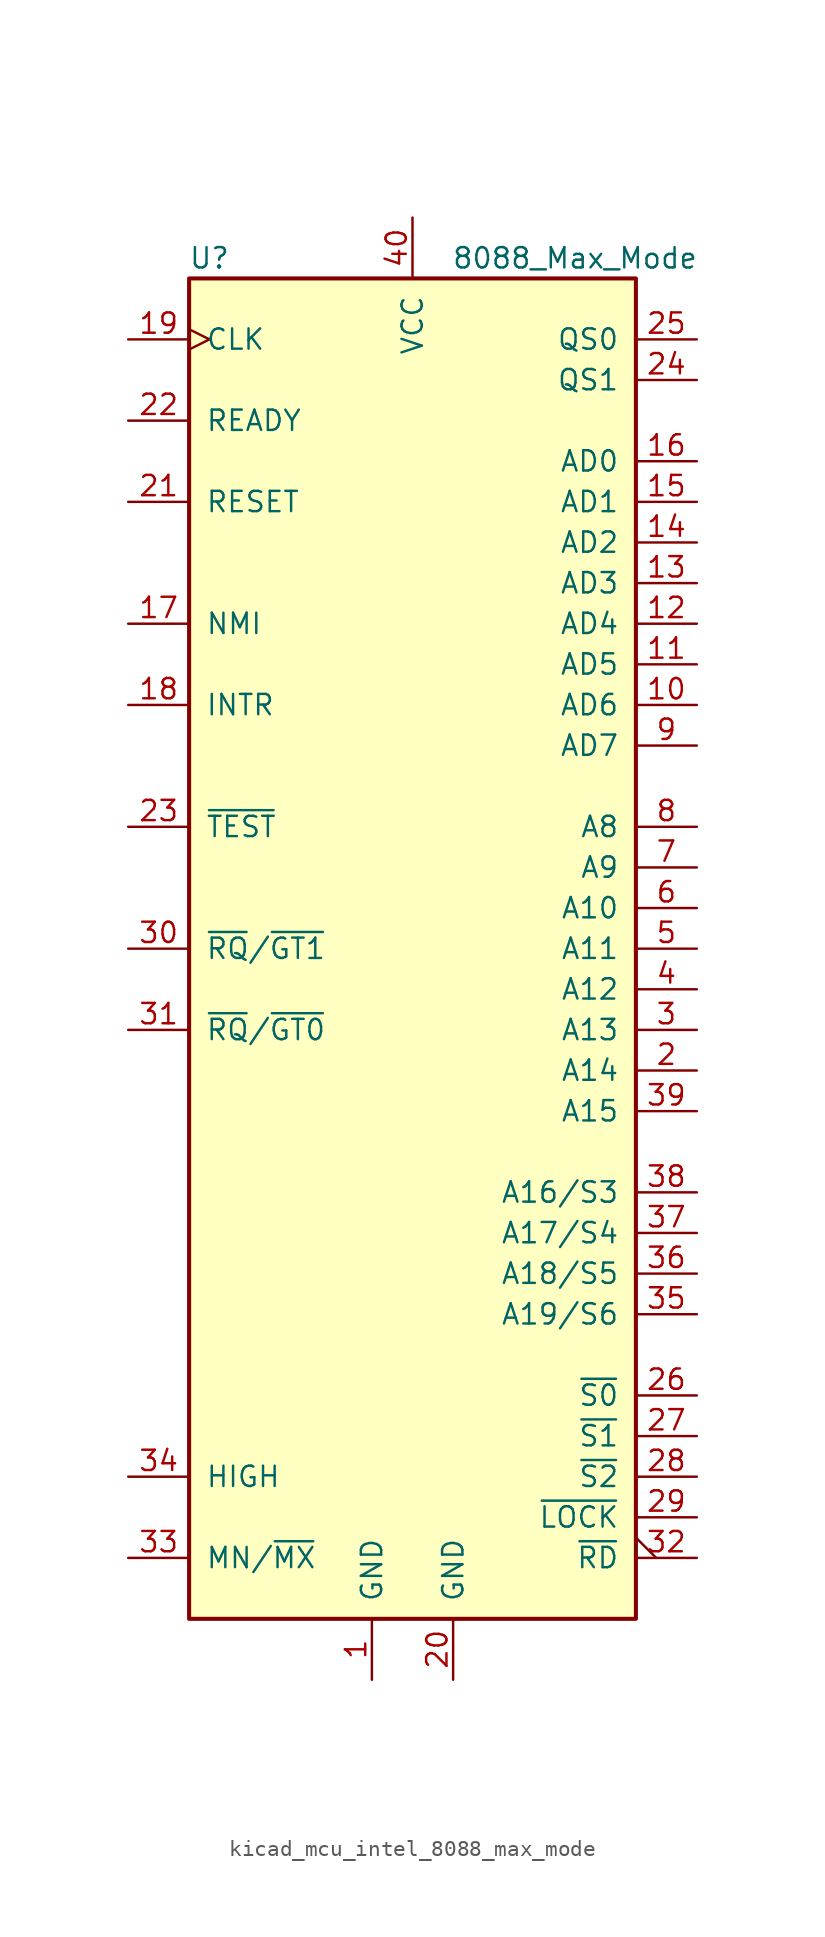
<source format=kicad_sym>
(kicad_symbol_lib
  (version 20220914)
  (generator kicad_symbol_editor)
  (symbol "kicad_mcu_intel_8088_max_mode"
    (pin_names
      (offset 1.016))
    (property "Reference" "U"
      (at -12.7 43.18 0)
      (effects (font (size 1.27 1.27))))
    (property "Value" "8088_Max_Mode"
      (at 10.16 43.18 0)
      (effects (font (size 1.27 1.27))))
    (symbol "kicad_mcu_intel_8088_max_mode_0_1"
      (rectangle (start 13.97 -41.91) (end -13.97 41.91) (stroke (width 0.254) (type default)) (fill (type background))))
    (symbol "kicad_mcu_intel_8088_max_mode_1_1"
      (pin power_in line (at -2.54 -45.72 90) (length 3.81) (name "GND" (effects (font (size 1.27 1.27)))) (number "1" (effects (font (size 1.27 1.27)))))
      (pin bidirectional line (at 17.78 15.24 180) (length 3.81) (name "AD6" (effects (font (size 1.27 1.27)))) (number "10" (effects (font (size 1.27 1.27)))))
      (pin bidirectional line (at 17.78 17.78 180) (length 3.81) (name "AD5" (effects (font (size 1.27 1.27)))) (number "11" (effects (font (size 1.27 1.27)))))
      (pin bidirectional line (at 17.78 20.32 180) (length 3.81) (name "AD4" (effects (font (size 1.27 1.27)))) (number "12" (effects (font (size 1.27 1.27)))))
      (pin bidirectional line (at 17.78 22.86 180) (length 3.81) (name "AD3" (effects (font (size 1.27 1.27)))) (number "13" (effects (font (size 1.27 1.27)))))
      (pin bidirectional line (at 17.78 25.4 180) (length 3.81) (name "AD2" (effects (font (size 1.27 1.27)))) (number "14" (effects (font (size 1.27 1.27)))))
      (pin bidirectional line (at 17.78 27.94 180) (length 3.81) (name "AD1" (effects (font (size 1.27 1.27)))) (number "15" (effects (font (size 1.27 1.27)))))
      (pin bidirectional line (at 17.78 30.48 180) (length 3.81) (name "AD0" (effects (font (size 1.27 1.27)))) (number "16" (effects (font (size 1.27 1.27)))))
      (pin input line (at -17.78 20.32 0) (length 3.81) (name "NMI" (effects (font (size 1.27 1.27)))) (number "17" (effects (font (size 1.27 1.27)))))
      (pin input line (at -17.78 15.24 0) (length 3.81) (name "INTR" (effects (font (size 1.27 1.27)))) (number "18" (effects (font (size 1.27 1.27)))))
      (pin input clock (at -17.78 38.1 0) (length 3.81) (name "CLK" (effects (font (size 1.27 1.27)))) (number "19" (effects (font (size 1.27 1.27)))))
      (pin output line (at 17.78 -7.62 180) (length 3.81) (name "A14" (effects (font (size 1.27 1.27)))) (number "2" (effects (font (size 1.27 1.27)))))
      (pin power_in line (at 2.54 -45.72 90) (length 3.81) (name "GND" (effects (font (size 1.27 1.27)))) (number "20" (effects (font (size 1.27 1.27)))))
      (pin input line (at -17.78 27.94 0) (length 3.81) (name "RESET" (effects (font (size 1.27 1.27)))) (number "21" (effects (font (size 1.27 1.27)))))
      (pin input line (at -17.78 33.02 0) (length 3.81) (name "READY" (effects (font (size 1.27 1.27)))) (number "22" (effects (font (size 1.27 1.27)))))
      (pin input line (at -17.78 7.62 0) (length 3.81) (name "~{TEST}" (effects (font (size 1.27 1.27)))) (number "23" (effects (font (size 1.27 1.27)))))
      (pin output line (at 17.78 35.56 180) (length 3.81) (name "QS1" (effects (font (size 1.27 1.27)))) (number "24" (effects (font (size 1.27 1.27)))))
      (pin output line (at 17.78 38.1 180) (length 3.81) (name "QS0" (effects (font (size 1.27 1.27)))) (number "25" (effects (font (size 1.27 1.27)))))
      (pin output line (at 17.78 -27.94 180) (length 3.81) (name "~{S0}" (effects (font (size 1.27 1.27)))) (number "26" (effects (font (size 1.27 1.27)))))
      (pin output line (at 17.78 -30.48 180) (length 3.81) (name "~{S1}" (effects (font (size 1.27 1.27)))) (number "27" (effects (font (size 1.27 1.27)))))
      (pin output line (at 17.78 -33.02 180) (length 3.81) (name "~{S2}" (effects (font (size 1.27 1.27)))) (number "28" (effects (font (size 1.27 1.27)))))
      (pin output line (at 17.78 -35.56 180) (length 3.81) (name "~{LOCK}" (effects (font (size 1.27 1.27)))) (number "29" (effects (font (size 1.27 1.27)))))
      (pin output line (at 17.78 -5.08 180) (length 3.81) (name "A13" (effects (font (size 1.27 1.27)))) (number "3" (effects (font (size 1.27 1.27)))))
      (pin bidirectional line (at -17.78 0 0) (length 3.81) (name "~{RQ}/~{GT1}" (effects (font (size 1.27 1.27)))) (number "30" (effects (font (size 1.27 1.27)))))
      (pin bidirectional line (at -17.78 -5.08 0) (length 3.81) (name "~{RQ}/~{GT0}" (effects (font (size 1.27 1.27)))) (number "31" (effects (font (size 1.27 1.27)))))
      (pin output output_low (at 17.78 -38.1 180) (length 3.81) (name "~{RD}" (effects (font (size 1.27 1.27)))) (number "32" (effects (font (size 1.27 1.27)))))
      (pin input line (at -17.78 -38.1 0) (length 3.81) (name "MN/~{MX}" (effects (font (size 1.27 1.27)))) (number "33" (effects (font (size 1.27 1.27)))))
      (pin output line (at -17.78 -33.02 0) (length 3.81) (name "HIGH" (effects (font (size 1.27 1.27)))) (number "34" (effects (font (size 1.27 1.27)))))
      (pin output line (at 17.78 -22.86 180) (length 3.81) (name "A19/S6" (effects (font (size 1.27 1.27)))) (number "35" (effects (font (size 1.27 1.27)))))
      (pin output line (at 17.78 -20.32 180) (length 3.81) (name "A18/S5" (effects (font (size 1.27 1.27)))) (number "36" (effects (font (size 1.27 1.27)))))
      (pin output line (at 17.78 -17.78 180) (length 3.81) (name "A17/S4" (effects (font (size 1.27 1.27)))) (number "37" (effects (font (size 1.27 1.27)))))
      (pin output line (at 17.78 -15.24 180) (length 3.81) (name "A16/S3" (effects (font (size 1.27 1.27)))) (number "38" (effects (font (size 1.27 1.27)))))
      (pin output line (at 17.78 -10.16 180) (length 3.81) (name "A15" (effects (font (size 1.27 1.27)))) (number "39" (effects (font (size 1.27 1.27)))))
      (pin output line (at 17.78 -2.54 180) (length 3.81) (name "A12" (effects (font (size 1.27 1.27)))) (number "4" (effects (font (size 1.27 1.27)))))
      (pin power_in line (at 0 45.72 270) (length 3.81) (name "VCC" (effects (font (size 1.27 1.27)))) (number "40" (effects (font (size 1.27 1.27)))))
      (pin output line (at 17.78 0 180) (length 3.81) (name "A11" (effects (font (size 1.27 1.27)))) (number "5" (effects (font (size 1.27 1.27)))))
      (pin output line (at 17.78 2.54 180) (length 3.81) (name "A10" (effects (font (size 1.27 1.27)))) (number "6" (effects (font (size 1.27 1.27)))))
      (pin output line (at 17.78 5.08 180) (length 3.81) (name "A9" (effects (font (size 1.27 1.27)))) (number "7" (effects (font (size 1.27 1.27)))))
      (pin output line (at 17.78 7.62 180) (length 3.81) (name "A8" (effects (font (size 1.27 1.27)))) (number "8" (effects (font (size 1.27 1.27)))))
      (pin bidirectional line (at 17.78 12.7 180) (length 3.81) (name "AD7" (effects (font (size 1.27 1.27)))) (number "9" (effects (font (size 1.27 1.27))))))))
</source>
